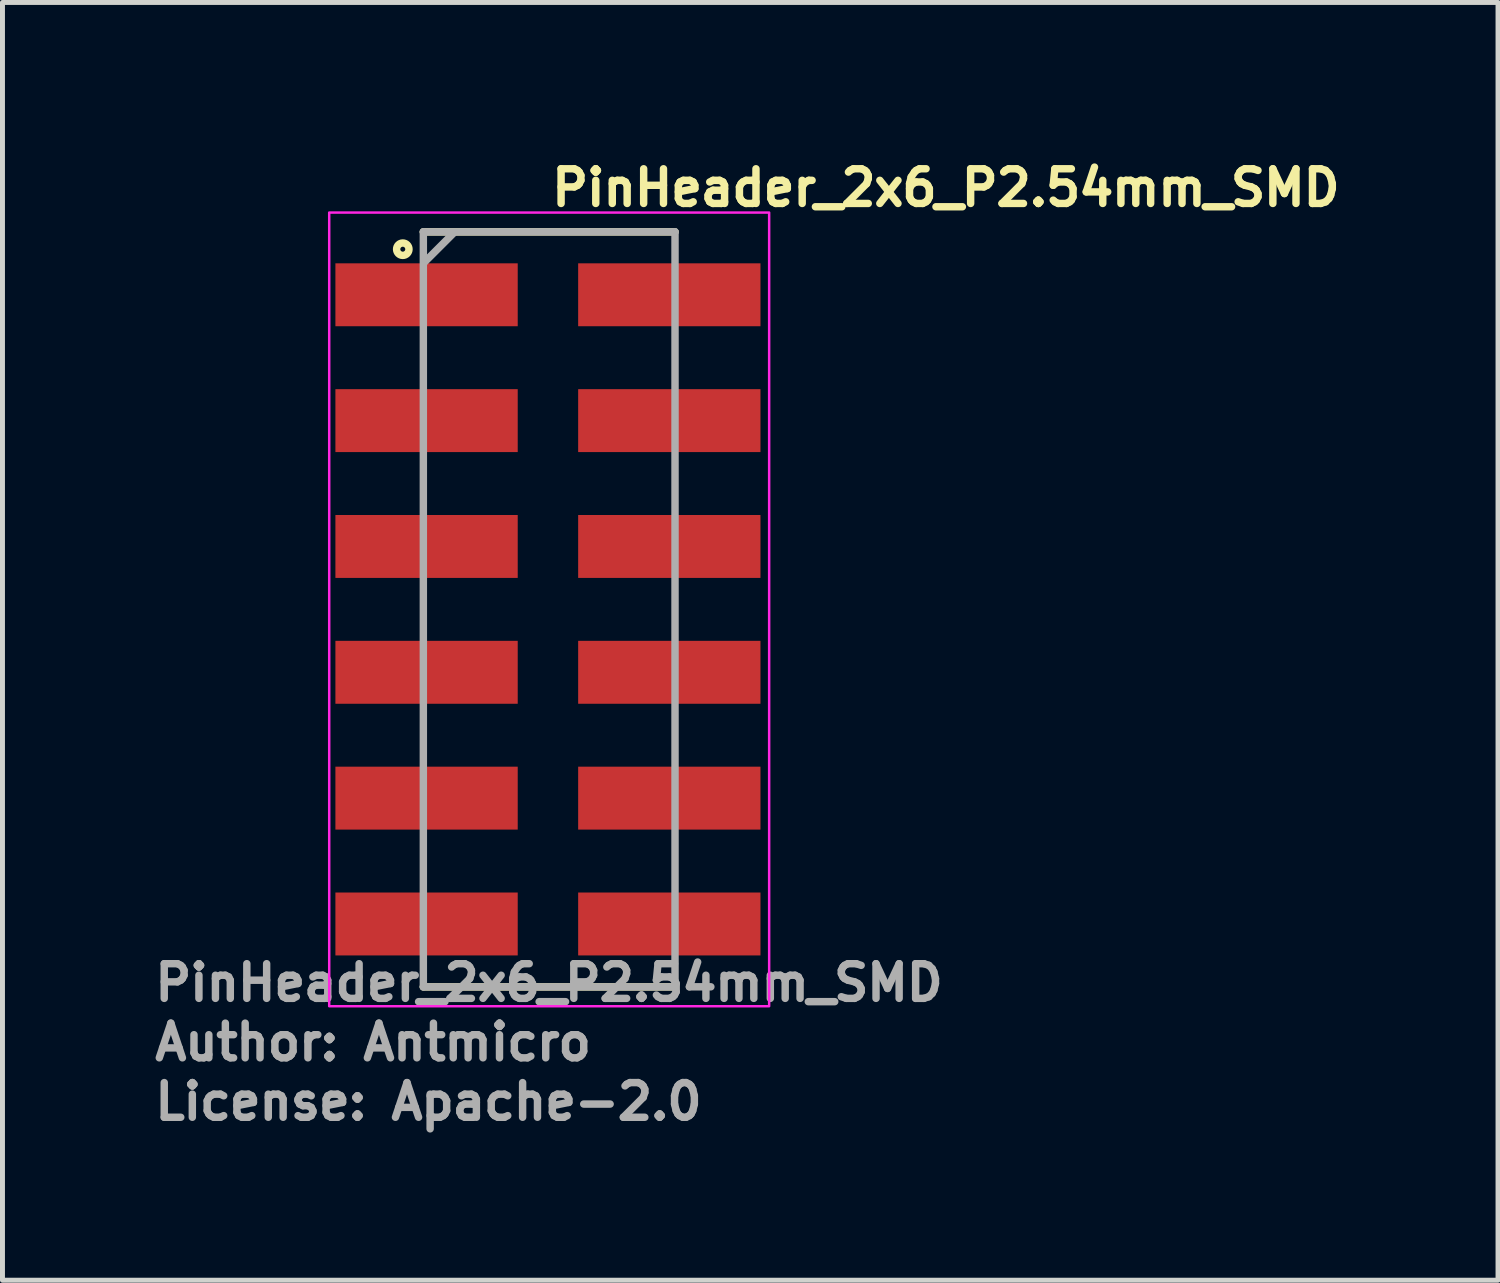
<source format=kicad_pcb>
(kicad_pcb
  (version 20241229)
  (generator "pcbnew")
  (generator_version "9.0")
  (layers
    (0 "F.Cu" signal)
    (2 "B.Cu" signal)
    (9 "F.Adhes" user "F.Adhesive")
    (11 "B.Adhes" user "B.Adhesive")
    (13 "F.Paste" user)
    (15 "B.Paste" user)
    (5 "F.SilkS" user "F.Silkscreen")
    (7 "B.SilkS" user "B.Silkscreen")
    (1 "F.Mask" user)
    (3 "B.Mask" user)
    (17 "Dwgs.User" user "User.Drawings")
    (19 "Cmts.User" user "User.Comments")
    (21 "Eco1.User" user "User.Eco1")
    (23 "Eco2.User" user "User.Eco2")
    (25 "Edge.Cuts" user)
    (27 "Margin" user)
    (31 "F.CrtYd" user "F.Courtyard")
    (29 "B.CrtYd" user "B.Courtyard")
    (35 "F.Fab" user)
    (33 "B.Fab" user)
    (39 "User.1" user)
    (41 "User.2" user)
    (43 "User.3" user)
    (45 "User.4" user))
  (footprint "PinHeader_2x6_P2.54mm_SMD"
    (layer "F.Cu")
    (at 8.01 9.25)
    (property "Reference" "PinHeader_2x6_P2.54mm_SMD" (at 0 -8.1 0) (layer "F.SilkS") (effects (font (size 0.7 0.7) (thickness 0.15)) (justify left bottom)))
    (attr smd)
    (fp_line (start -2.515 -7.62) (end 2.565 -7.62) (stroke (width 0.15) (type solid)) (layer "F.SilkS"))
    (fp_line (start 2.565 7.62) (end -2.515 7.62) (stroke (width 0.15) (type solid)) (layer "F.SilkS"))
    (fp_circle (center -2.93 -7.27) (end -2.88 -7.27) (stroke (width 0.15) (type solid)) (fill no) (layer "F.SilkS"))
    (fp_rect (start -4.415 8.01) (end 4.465 -8.01) (stroke (width 0.05) (type solid)) (fill no) (layer "F.CrtYd"))
    (fp_line (start -2.515 -7.62) (end 2.565 -7.62) (stroke (width 0.15) (type solid)) (layer "F.Fab"))
    (fp_line (start -2.515 7.62) (end -2.515 -7.62) (stroke (width 0.15) (type solid)) (layer "F.Fab"))
    (fp_line (start -2.5 -7) (end -1.9 -7.6) (stroke (width 0.15) (type solid)) (layer "F.Fab"))
    (fp_line (start 2.565 -7.62) (end 2.565 7.62) (stroke (width 0.15) (type solid)) (layer "F.Fab"))
    (fp_line (start 2.565 7.62) (end -2.515 7.62) (stroke (width 0.15) (type solid)) (layer "F.Fab"))
    (fp_rect (start -3.85 7.62) (end 3.85 -7.62) (stroke (width 0.1) (type solid)) (fill no) (layer "User.5"))
    (fp_line (start -3.853 -6.667) (end -3.853 -6.032) (stroke (width 0.02) (type solid)) (layer "User.9"))
    (fp_line (start -3.853 -6.667) (end -2.545 -6.667) (stroke (width 0.02) (type solid)) (layer "User.9"))
    (fp_line (start -3.853 -4.127) (end -3.853 -3.492) (stroke (width 0.02) (type solid)) (layer "User.9"))
    (fp_line (start -3.853 -4.127) (end -3.179 -4.127) (stroke (width 0.02) (type solid)) (layer "User.9"))
    (fp_line (start -3.853 -1.587) (end -3.853 -0.952) (stroke (width 0.02) (type solid)) (layer "User.9"))
    (fp_line (start -3.853 -1.587) (end -3.179 -1.587) (stroke (width 0.02) (type solid)) (layer "User.9"))
    (fp_line (start -3.853 0.952) (end -3.853 1.587) (stroke (width 0.02) (type solid)) (layer "User.9"))
    (fp_line (start -3.853 0.952) (end -3.179 0.952) (stroke (width 0.02) (type solid)) (layer "User.9"))
    (fp_line (start -3.853 3.492) (end -3.853 4.127) (stroke (width 0.02) (type solid)) (layer "User.9"))
    (fp_line (start -3.853 3.492) (end -3.179 3.492) (stroke (width 0.02) (type solid)) (layer "User.9"))
    (fp_line (start -3.853 6.032) (end -3.853 6.667) (stroke (width 0.02) (type solid)) (layer "User.9"))
    (fp_line (start -3.853 6.032) (end -2.545 6.032) (stroke (width 0.02) (type solid)) (layer "User.9"))
    (fp_line (start -3.853 6.667) (end -2.545 6.667) (stroke (width 0.02) (type solid)) (layer "User.9"))
    (fp_line (start -3.179 -4.953) (end -3.179 4.953) (stroke (width 0.02) (type solid)) (layer "User.9"))
    (fp_line (start -3.179 -4.953) (end 3.169 -4.953) (stroke (width 0.02) (type solid)) (layer "User.9"))
    (fp_line (start -3.179 -3.492) (end -3.853 -3.492) (stroke (width 0.02) (type solid)) (layer "User.9"))
    (fp_line (start -3.179 -0.952) (end -3.853 -0.952) (stroke (width 0.02) (type solid)) (layer "User.9"))
    (fp_line (start -3.179 1.587) (end -3.853 1.587) (stroke (width 0.02) (type solid)) (layer "User.9"))
    (fp_line (start -3.179 4.127) (end -3.853 4.127) (stroke (width 0.02) (type solid)) (layer "User.9"))
    (fp_line (start -3.179 4.953) (end 3.169 4.953) (stroke (width 0.02) (type solid)) (layer "User.9"))
    (fp_line (start -2.545 -7.048) (end -2.545 -5.651) (stroke (width 0.02) (type solid)) (layer "User.9"))
    (fp_line (start -2.545 -6.032) (end -3.853 -6.032) (stroke (width 0.02) (type solid)) (layer "User.9"))
    (fp_line (start -2.545 -5.651) (end -1.656 -5.27) (stroke (width 0.02) (type solid)) (layer "User.9"))
    (fp_line (start -2.545 5.651) (end -2.545 7.048) (stroke (width 0.02) (type solid)) (layer "User.9"))
    (fp_line (start -2.545 7.048) (end -1.656 7.429) (stroke (width 0.02) (type solid)) (layer "User.9"))
    (fp_line (start -1.656 -7.429) (end -2.545 -7.048) (stroke (width 0.02) (type solid)) (layer "User.9"))
    (fp_line (start -1.656 -5.27) (end -0.151 -5.27) (stroke (width 0.02) (type solid)) (layer "User.9"))
    (fp_line (start -1.656 5.27) (end -2.545 5.651) (stroke (width 0.02) (type solid)) (layer "User.9"))
    (fp_line (start -1.656 7.429) (end -0.151 7.429) (stroke (width 0.02) (type solid)) (layer "User.9"))
    (fp_line (start -1.592 -6.667) (end -1.592 -6.032) (stroke (width 0.02) (type solid)) (layer "User.9"))
    (fp_line (start -1.592 -6.667) (end -0.957 -6.667) (stroke (width 0.02) (type solid)) (layer "User.9"))
    (fp_line (start -1.592 6.032) (end -1.592 6.667) (stroke (width 0.02) (type solid)) (layer "User.9"))
    (fp_line (start -1.592 6.032) (end -0.957 6.032) (stroke (width 0.02) (type solid)) (layer "User.9"))
    (fp_line (start -1.592 6.667) (end -0.957 6.667) (stroke (width 0.02) (type solid)) (layer "User.9"))
    (fp_line (start -0.957 -6.667) (end -0.957 -6.032) (stroke (width 0.02) (type solid)) (layer "User.9"))
    (fp_line (start -0.957 -6.032) (end -1.592 -6.032) (stroke (width 0.02) (type solid)) (layer "User.9"))
    (fp_line (start -0.957 6.032) (end -0.957 6.667) (stroke (width 0.02) (type solid)) (layer "User.9"))
    (fp_line (start -0.767 -7.62) (end -0.767 -7.429) (stroke (width 0.02) (type solid)) (layer "User.9"))
    (fp_line (start -0.767 -7.62) (end 0.757 -7.62) (stroke (width 0.02) (type solid)) (layer "User.9"))
    (fp_line (start -0.767 -5.27) (end -0.767 -4.953) (stroke (width 0.02) (type solid)) (layer "User.9"))
    (fp_line (start -0.767 4.953) (end -0.767 5.27) (stroke (width 0.02) (type solid)) (layer "User.9"))
    (fp_line (start -0.767 7.429) (end -0.767 7.62) (stroke (width 0.02) (type solid)) (layer "User.9"))
    (fp_line (start -0.767 7.62) (end 0.757 7.62) (stroke (width 0.02) (type solid)) (layer "User.9"))
    (fp_line (start -0.151 -7.429) (end -1.656 -7.429) (stroke (width 0.02) (type solid)) (layer "User.9"))
    (fp_line (start -0.151 -6.985) (end -0.151 -7.429) (stroke (width 0.02) (type solid)) (layer "User.9"))
    (fp_line (start -0.151 -5.715) (end 0.141 -5.715) (stroke (width 0.02) (type solid)) (layer "User.9"))
    (fp_line (start -0.151 -5.27) (end -0.151 -5.715) (stroke (width 0.02) (type solid)) (layer "User.9"))
    (fp_line (start -0.151 5.27) (end -1.656 5.27) (stroke (width 0.02) (type solid)) (layer "User.9"))
    (fp_line (start -0.151 5.715) (end -0.151 5.27) (stroke (width 0.02) (type solid)) (layer "User.9"))
    (fp_line (start -0.151 6.985) (end 0.141 6.985) (stroke (width 0.02) (type solid)) (layer "User.9"))
    (fp_line (start -0.151 7.429) (end -0.151 6.985) (stroke (width 0.02) (type solid)) (layer "User.9"))
    (fp_line (start 0.141 -7.429) (end 0.141 -6.985) (stroke (width 0.02) (type solid)) (layer "User.9"))
    (fp_line (start 0.141 -6.985) (end -0.151 -6.985) (stroke (width 0.02) (type solid)) (layer "User.9"))
    (fp_line (start 0.141 -5.715) (end 0.141 -5.27) (stroke (width 0.02) (type solid)) (layer "User.9"))
    (fp_line (start 0.141 -5.27) (end 1.646 -5.27) (stroke (width 0.02) (type solid)) (layer "User.9"))
    (fp_line (start 0.141 5.27) (end 0.141 5.715) (stroke (width 0.02) (type solid)) (layer "User.9"))
    (fp_line (start 0.141 5.715) (end -0.151 5.715) (stroke (width 0.02) (type solid)) (layer "User.9"))
    (fp_line (start 0.141 6.985) (end 0.141 7.429) (stroke (width 0.02) (type solid)) (layer "User.9"))
    (fp_line (start 0.141 7.429) (end 1.646 7.429) (stroke (width 0.02) (type solid)) (layer "User.9"))
    (fp_line (start 0.757 -7.62) (end 0.757 -7.429) (stroke (width 0.02) (type solid)) (layer "User.9"))
    (fp_line (start 0.757 -5.27) (end 0.757 -4.953) (stroke (width 0.02) (type solid)) (layer "User.9"))
    (fp_line (start 0.757 4.953) (end 0.757 5.27) (stroke (width 0.02) (type solid)) (layer "User.9"))
    (fp_line (start 0.757 7.429) (end 0.757 7.62) (stroke (width 0.02) (type solid)) (layer "User.9"))
    (fp_line (start 0.947 -6.667) (end 0.947 -6.032) (stroke (width 0.02) (type solid)) (layer "User.9"))
    (fp_line (start 0.947 -6.667) (end 1.582 -6.667) (stroke (width 0.02) (type solid)) (layer "User.9"))
    (fp_line (start 0.947 6.032) (end 0.947 6.667) (stroke (width 0.02) (type solid)) (layer "User.9"))
    (fp_line (start 0.947 6.032) (end 1.582 6.032) (stroke (width 0.02) (type solid)) (layer "User.9"))
    (fp_line (start 0.947 6.667) (end 1.582 6.667) (stroke (width 0.02) (type solid)) (layer "User.9"))
    (fp_line (start 1.582 -6.667) (end 1.582 -6.032) (stroke (width 0.02) (type solid)) (layer "User.9"))
    (fp_line (start 1.582 -6.032) (end 0.947 -6.032) (stroke (width 0.02) (type solid)) (layer "User.9"))
    (fp_line (start 1.582 6.032) (end 1.582 6.667) (stroke (width 0.02) (type solid)) (layer "User.9"))
    (fp_line (start 1.646 -7.429) (end 0.141 -7.429) (stroke (width 0.02) (type solid)) (layer "User.9"))
    (fp_line (start 1.646 -5.27) (end 2.535 -5.651) (stroke (width 0.02) (type solid)) (layer "User.9"))
    (fp_line (start 1.646 5.27) (end 0.141 5.27) (stroke (width 0.02) (type solid)) (layer "User.9"))
    (fp_line (start 1.646 7.429) (end 2.535 7.048) (stroke (width 0.02) (type solid)) (layer "User.9"))
    (fp_line (start 2.535 -7.048) (end 1.646 -7.429) (stroke (width 0.02) (type solid)) (layer "User.9"))
    (fp_line (start 2.535 -6.667) (end 3.843 -6.667) (stroke (width 0.02) (type solid)) (layer "User.9"))
    (fp_line (start 2.535 -5.651) (end 2.535 -7.048) (stroke (width 0.02) (type solid)) (layer "User.9"))
    (fp_line (start 2.535 5.651) (end 1.646 5.27) (stroke (width 0.02) (type solid)) (layer "User.9"))
    (fp_line (start 2.535 6.032) (end 3.843 6.032) (stroke (width 0.02) (type solid)) (layer "User.9"))
    (fp_line (start 2.535 6.667) (end 3.843 6.667) (stroke (width 0.02) (type solid)) (layer "User.9"))
    (fp_line (start 2.535 7.048) (end 2.535 5.651) (stroke (width 0.02) (type solid)) (layer "User.9"))
    (fp_line (start 3.169 -4.953) (end 3.169 4.953) (stroke (width 0.02) (type solid)) (layer "User.9"))
    (fp_line (start 3.169 -4.127) (end 3.843 -4.127) (stroke (width 0.02) (type solid)) (layer "User.9"))
    (fp_line (start 3.169 -1.587) (end 3.843 -1.587) (stroke (width 0.02) (type solid)) (layer "User.9"))
    (fp_line (start 3.169 0.952) (end 3.843 0.952) (stroke (width 0.02) (type solid)) (layer "User.9"))
    (fp_line (start 3.169 3.492) (end 3.843 3.492) (stroke (width 0.02) (type solid)) (layer "User.9"))
    (fp_line (start 3.843 -6.667) (end 3.843 -6.032) (stroke (width 0.02) (type solid)) (layer "User.9"))
    (fp_line (start 3.843 -6.032) (end 2.535 -6.032) (stroke (width 0.02) (type solid)) (layer "User.9"))
    (fp_line (start 3.843 -4.127) (end 3.843 -3.492) (stroke (width 0.02) (type solid)) (layer "User.9"))
    (fp_line (start 3.843 -3.492) (end 3.169 -3.492) (stroke (width 0.02) (type solid)) (layer "User.9"))
    (fp_line (start 3.843 -1.587) (end 3.843 -0.952) (stroke (width 0.02) (type solid)) (layer "User.9"))
    (fp_line (start 3.843 -0.952) (end 3.169 -0.952) (stroke (width 0.02) (type solid)) (layer "User.9"))
    (fp_line (start 3.843 0.952) (end 3.843 1.587) (stroke (width 0.02) (type solid)) (layer "User.9"))
    (fp_line (start 3.843 1.587) (end 3.169 1.587) (stroke (width 0.02) (type solid)) (layer "User.9"))
    (fp_line (start 3.843 3.492) (end 3.843 4.127) (stroke (width 0.02) (type solid)) (layer "User.9"))
    (fp_line (start 3.843 4.127) (end 3.169 4.127) (stroke (width 0.02) (type solid)) (layer "User.9"))
    (fp_line (start 3.843 6.032) (end 3.843 6.667) (stroke (width 0.02) (type solid)) (layer "User.9"))
    (fp_text user "License: Apache-2.0" (at -8.01 10.345 0) (layer "F.Fab") (effects (font (size 0.7 0.7) (thickness 0.15)) (justify left bottom)))
    (fp_text user "Author: Antmicro" (at -8.01 9.145 0) (layer "F.Fab") (effects (font (size 0.7 0.7) (thickness 0.15)) (justify left bottom)))
    (fp_text user "${REFERENCE}" (at -8.01 7.945 0) (layer "F.Fab") (effects (font (size 0.7 0.7) (thickness 0.15)) (justify left bottom)))
    (pad "1" smd rect (at -2.45 -6.35 90) (size 1.27 3.68) (layers "F.Cu" "F.Mask" "F.Paste"))
    (pad "2" smd rect (at 2.45 -6.35 90) (size 1.27 3.68) (layers "F.Cu" "F.Mask" "F.Paste"))
    (pad "3" smd rect (at -2.45 -3.81 90) (size 1.27 3.68) (layers "F.Cu" "F.Mask" "F.Paste"))
    (pad "4" smd rect (at 2.45 -3.81 90) (size 1.27 3.68) (layers "F.Cu" "F.Mask" "F.Paste"))
    (pad "5" smd rect (at -2.45 -1.27 90) (size 1.27 3.68) (layers "F.Cu" "F.Mask" "F.Paste"))
    (pad "5" smd rect (at 2.45 -1.27 90) (size 1.27 3.68) (layers "F.Cu" "F.Mask" "F.Paste"))
    (pad "7" smd rect (at -2.45 1.27 90) (size 1.27 3.68) (layers "F.Cu" "F.Mask" "F.Paste"))
    (pad "8" smd rect (at 2.45 1.27 90) (size 1.27 3.68) (layers "F.Cu" "F.Mask" "F.Paste"))
    (pad "9" smd rect (at -2.45 3.81 90) (size 1.27 3.68) (layers "F.Cu" "F.Mask" "F.Paste"))
    (pad "10" smd rect (at 2.45 3.81 90) (size 1.27 3.68) (layers "F.Cu" "F.Mask" "F.Paste"))
    (pad "11" smd rect (at -2.45 6.35 90) (size 1.27 3.68) (layers "F.Cu" "F.Mask" "F.Paste"))
    (pad "12" smd rect (at 2.45 6.35 90) (size 1.27 3.68) (layers "F.Cu" "F.Mask" "F.Paste")))
  (gr_rect
    (start -3 -3)
    (end 27.187 22.791)
    (stroke (width 0.1) (type default))
    (fill no)
    (layer "Edge.Cuts")))
</source>
